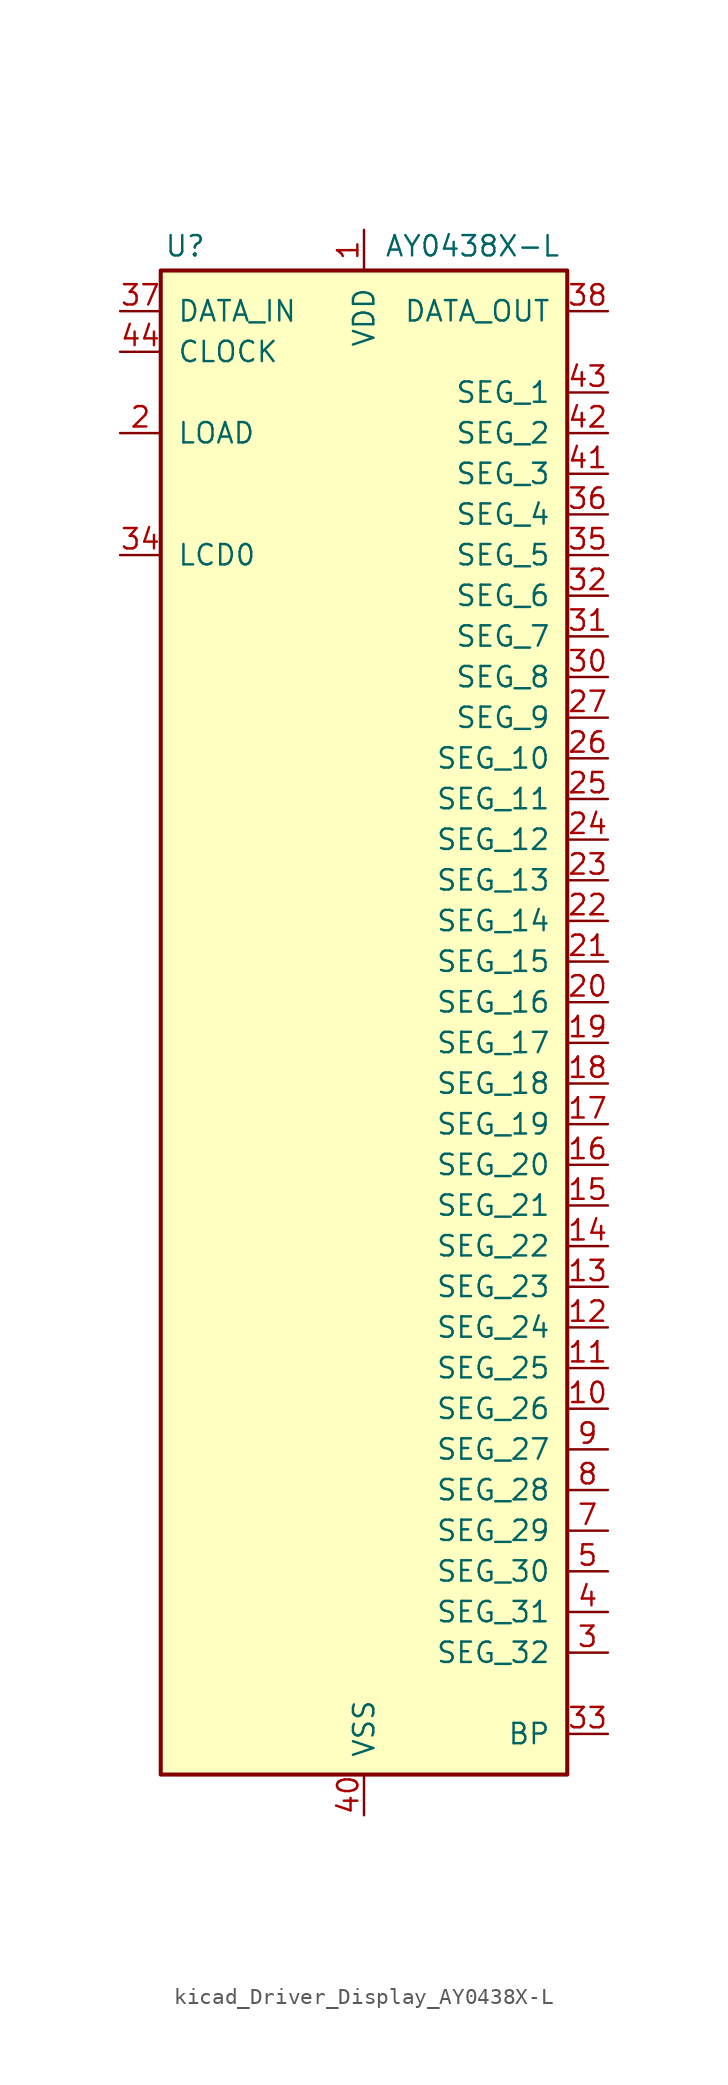
<source format=kicad_sym>
(kicad_symbol_lib
  (version 20220914)
  (generator kicad_symbol_editor)
  (symbol "kicad_Driver_Display_AY0438X-L"
    (pin_names
      (offset 1.016))
    (property "Reference" "U"
      (at -11.176 47.244 0)
      (effects (font (size 1.27 1.27))))
    (property "Value" "AY0438X-L"
      (at 1.27 47.244 0)
      (effects (font (size 1.27 1.27)) (justify left)))
    (symbol "kicad_Driver_Display_AY0438X-L_0_1"
      (rectangle (start -12.7 45.72) (end 12.7 -48.26) (stroke (width 0.254) (type default)) (fill (type background))))
    (symbol "kicad_Driver_Display_AY0438X-L_1_1"
      (pin power_in line (at 0 48.26 270) (length 2.54) (name "VDD" (effects (font (size 1.27 1.27)))) (number "1" (effects (font (size 1.27 1.27)))))
      (pin output line (at 15.24 -25.4 180) (length 2.54) (name "SEG_26" (effects (font (size 1.27 1.27)))) (number "10" (effects (font (size 1.27 1.27)))))
      (pin output line (at 15.24 -22.86 180) (length 2.54) (name "SEG_25" (effects (font (size 1.27 1.27)))) (number "11" (effects (font (size 1.27 1.27)))))
      (pin output line (at 15.24 -20.32 180) (length 2.54) (name "SEG_24" (effects (font (size 1.27 1.27)))) (number "12" (effects (font (size 1.27 1.27)))))
      (pin output line (at 15.24 -17.78 180) (length 2.54) (name "SEG_23" (effects (font (size 1.27 1.27)))) (number "13" (effects (font (size 1.27 1.27)))))
      (pin output line (at 15.24 -15.24 180) (length 2.54) (name "SEG_22" (effects (font (size 1.27 1.27)))) (number "14" (effects (font (size 1.27 1.27)))))
      (pin output line (at 15.24 -12.7 180) (length 2.54) (name "SEG_21" (effects (font (size 1.27 1.27)))) (number "15" (effects (font (size 1.27 1.27)))))
      (pin output line (at 15.24 -10.16 180) (length 2.54) (name "SEG_20" (effects (font (size 1.27 1.27)))) (number "16" (effects (font (size 1.27 1.27)))))
      (pin output line (at 15.24 -7.62 180) (length 2.54) (name "SEG_19" (effects (font (size 1.27 1.27)))) (number "17" (effects (font (size 1.27 1.27)))))
      (pin output line (at 15.24 -5.08 180) (length 2.54) (name "SEG_18" (effects (font (size 1.27 1.27)))) (number "18" (effects (font (size 1.27 1.27)))))
      (pin output line (at 15.24 -2.54 180) (length 2.54) (name "SEG_17" (effects (font (size 1.27 1.27)))) (number "19" (effects (font (size 1.27 1.27)))))
      (pin input line (at -15.24 35.56 0) (length 2.54) (name "LOAD" (effects (font (size 1.27 1.27)))) (number "2" (effects (font (size 1.27 1.27)))))
      (pin output line (at 15.24 0 180) (length 2.54) (name "SEG_16" (effects (font (size 1.27 1.27)))) (number "20" (effects (font (size 1.27 1.27)))))
      (pin output line (at 15.24 2.54 180) (length 2.54) (name "SEG_15" (effects (font (size 1.27 1.27)))) (number "21" (effects (font (size 1.27 1.27)))))
      (pin output line (at 15.24 5.08 180) (length 2.54) (name "SEG_14" (effects (font (size 1.27 1.27)))) (number "22" (effects (font (size 1.27 1.27)))))
      (pin output line (at 15.24 7.62 180) (length 2.54) (name "SEG_13" (effects (font (size 1.27 1.27)))) (number "23" (effects (font (size 1.27 1.27)))))
      (pin output line (at 15.24 10.16 180) (length 2.54) (name "SEG_12" (effects (font (size 1.27 1.27)))) (number "24" (effects (font (size 1.27 1.27)))))
      (pin output line (at 15.24 12.7 180) (length 2.54) (name "SEG_11" (effects (font (size 1.27 1.27)))) (number "25" (effects (font (size 1.27 1.27)))))
      (pin output line (at 15.24 15.24 180) (length 2.54) (name "SEG_10" (effects (font (size 1.27 1.27)))) (number "26" (effects (font (size 1.27 1.27)))))
      (pin output line (at 15.24 17.78 180) (length 2.54) (name "SEG_9" (effects (font (size 1.27 1.27)))) (number "27" (effects (font (size 1.27 1.27)))))
      (pin no_connect line (at -12.7 -38.1 0) (length 2.54) hide (name "NC" (effects (font (size 1.27 1.27)))) (number "28" (effects (font (size 1.27 1.27)))))
      (pin no_connect line (at -12.7 -35.56 0) (length 2.54) hide (name "NC" (effects (font (size 1.27 1.27)))) (number "29" (effects (font (size 1.27 1.27)))))
      (pin output line (at 15.24 -40.64 180) (length 2.54) (name "SEG_32" (effects (font (size 1.27 1.27)))) (number "3" (effects (font (size 1.27 1.27)))))
      (pin output line (at 15.24 20.32 180) (length 2.54) (name "SEG_8" (effects (font (size 1.27 1.27)))) (number "30" (effects (font (size 1.27 1.27)))))
      (pin output line (at 15.24 22.86 180) (length 2.54) (name "SEG_7" (effects (font (size 1.27 1.27)))) (number "31" (effects (font (size 1.27 1.27)))))
      (pin output line (at 15.24 25.4 180) (length 2.54) (name "SEG_6" (effects (font (size 1.27 1.27)))) (number "32" (effects (font (size 1.27 1.27)))))
      (pin output line (at 15.24 -45.72 180) (length 2.54) (name "BP" (effects (font (size 1.27 1.27)))) (number "33" (effects (font (size 1.27 1.27)))))
      (pin input line (at -15.24 27.94 0) (length 2.54) (name "LCD0" (effects (font (size 1.27 1.27)))) (number "34" (effects (font (size 1.27 1.27)))))
      (pin output line (at 15.24 27.94 180) (length 2.54) (name "SEG_5" (effects (font (size 1.27 1.27)))) (number "35" (effects (font (size 1.27 1.27)))))
      (pin output line (at 15.24 30.48 180) (length 2.54) (name "SEG_4" (effects (font (size 1.27 1.27)))) (number "36" (effects (font (size 1.27 1.27)))))
      (pin input line (at -15.24 43.18 0) (length 2.54) (name "DATA_IN" (effects (font (size 1.27 1.27)))) (number "37" (effects (font (size 1.27 1.27)))))
      (pin output line (at 15.24 43.18 180) (length 2.54) (name "DATA_OUT" (effects (font (size 1.27 1.27)))) (number "38" (effects (font (size 1.27 1.27)))))
      (pin no_connect line (at -12.7 -33.02 0) (length 2.54) hide (name "NC" (effects (font (size 1.27 1.27)))) (number "39" (effects (font (size 1.27 1.27)))))
      (pin output line (at 15.24 -38.1 180) (length 2.54) (name "SEG_31" (effects (font (size 1.27 1.27)))) (number "4" (effects (font (size 1.27 1.27)))))
      (pin power_in line (at 0 -50.8 90) (length 2.54) (name "VSS" (effects (font (size 1.27 1.27)))) (number "40" (effects (font (size 1.27 1.27)))))
      (pin output line (at 15.24 33.02 180) (length 2.54) (name "SEG_3" (effects (font (size 1.27 1.27)))) (number "41" (effects (font (size 1.27 1.27)))))
      (pin output line (at 15.24 35.56 180) (length 2.54) (name "SEG_2" (effects (font (size 1.27 1.27)))) (number "42" (effects (font (size 1.27 1.27)))))
      (pin output line (at 15.24 38.1 180) (length 2.54) (name "SEG_1" (effects (font (size 1.27 1.27)))) (number "43" (effects (font (size 1.27 1.27)))))
      (pin input line (at -15.24 40.64 0) (length 2.54) (name "CLOCK" (effects (font (size 1.27 1.27)))) (number "44" (effects (font (size 1.27 1.27)))))
      (pin output line (at 15.24 -35.56 180) (length 2.54) (name "SEG_30" (effects (font (size 1.27 1.27)))) (number "5" (effects (font (size 1.27 1.27)))))
      (pin no_connect line (at -12.7 -40.64 0) (length 2.54) hide (name "NC" (effects (font (size 1.27 1.27)))) (number "6" (effects (font (size 1.27 1.27)))))
      (pin output line (at 15.24 -33.02 180) (length 2.54) (name "SEG_29" (effects (font (size 1.27 1.27)))) (number "7" (effects (font (size 1.27 1.27)))))
      (pin output line (at 15.24 -30.48 180) (length 2.54) (name "SEG_28" (effects (font (size 1.27 1.27)))) (number "8" (effects (font (size 1.27 1.27)))))
      (pin output line (at 15.24 -27.94 180) (length 2.54) (name "SEG_27" (effects (font (size 1.27 1.27)))) (number "9" (effects (font (size 1.27 1.27))))))))
</source>
